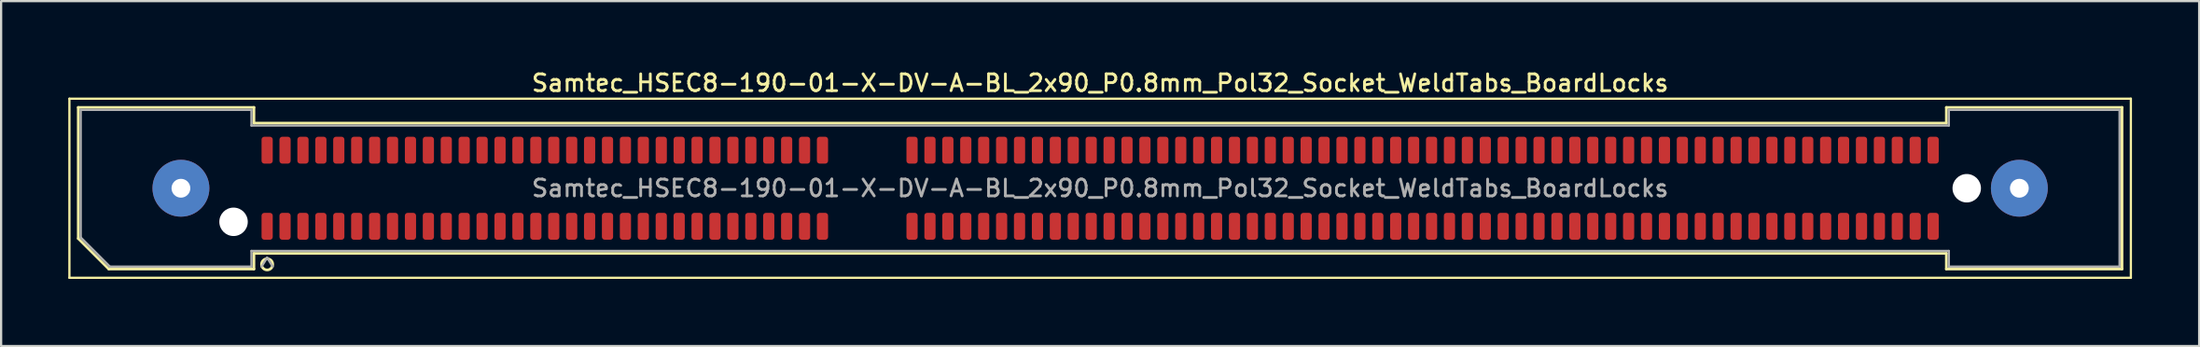
<source format=kicad_pcb>
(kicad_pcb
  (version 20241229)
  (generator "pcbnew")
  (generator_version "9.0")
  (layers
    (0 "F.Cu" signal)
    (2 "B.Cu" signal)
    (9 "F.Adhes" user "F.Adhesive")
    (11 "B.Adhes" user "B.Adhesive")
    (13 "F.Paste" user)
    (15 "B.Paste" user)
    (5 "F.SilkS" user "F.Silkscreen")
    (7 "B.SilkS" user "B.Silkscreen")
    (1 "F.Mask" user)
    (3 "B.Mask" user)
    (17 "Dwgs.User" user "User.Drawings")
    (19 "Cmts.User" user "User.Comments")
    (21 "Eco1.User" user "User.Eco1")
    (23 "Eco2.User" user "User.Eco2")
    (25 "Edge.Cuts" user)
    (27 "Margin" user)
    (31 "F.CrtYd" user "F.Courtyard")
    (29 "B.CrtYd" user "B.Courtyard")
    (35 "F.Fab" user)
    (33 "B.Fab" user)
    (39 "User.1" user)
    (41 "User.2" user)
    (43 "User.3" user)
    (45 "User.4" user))
  (footprint "Samtec_HSEC8-190-01-X-DV-A-BL_2x90_P0.8mm_Pol32_Socket_WeldTabs_BoardLocks"
    (layer "F.Cu")
    (at 46.08 5.358)
    (property "Reference" "Samtec_HSEC8-190-01-X-DV-A-BL_2x90_P0.8mm_Pol32_Socket_WeldTabs_BoardLocks" (at 0 -4.7 0) (layer "F.SilkS") (effects (font (size 0.75 0.75) (thickness 0.125))))
    (attr smd)
    (fp_line (start -46.03 -4) (end -46.03 4) (stroke (width 0.1) (type solid)) (layer "F.SilkS"))
    (fp_line (start -46.03 4) (end 46.03 4) (stroke (width 0.1) (type solid)) (layer "F.SilkS"))
    (fp_line (start -45.635 -3.61) (end -37.79 -3.61) (stroke (width 0.12) (type solid)) (layer "F.SilkS"))
    (fp_line (start -45.635 2.246) (end -45.635 -3.61) (stroke (width 0.12) (type solid)) (layer "F.SilkS"))
    (fp_line (start -44.271 3.61) (end -45.635 2.246) (stroke (width 0.12) (type solid)) (layer "F.SilkS"))
    (fp_line (start -37.79 -3.61) (end -37.79 -2.91) (stroke (width 0.12) (type solid)) (layer "F.SilkS"))
    (fp_line (start -37.79 -2.91) (end 37.79 -2.91) (stroke (width 0.12) (type solid)) (layer "F.SilkS"))
    (fp_line (start -37.79 2.91) (end -37.79 3.61) (stroke (width 0.12) (type solid)) (layer "F.SilkS"))
    (fp_line (start -37.79 3.61) (end -44.271 3.61) (stroke (width 0.12) (type solid)) (layer "F.SilkS"))
    (fp_line (start 37.79 -3.61) (end 45.635 -3.61) (stroke (width 0.12) (type solid)) (layer "F.SilkS"))
    (fp_line (start 37.79 -2.91) (end 37.79 -3.61) (stroke (width 0.12) (type solid)) (layer "F.SilkS"))
    (fp_line (start 37.79 2.91) (end -37.79 2.91) (stroke (width 0.12) (type solid)) (layer "F.SilkS"))
    (fp_line (start 37.79 3.61) (end 37.79 2.91) (stroke (width 0.12) (type solid)) (layer "F.SilkS"))
    (fp_line (start 45.635 -3.61) (end 45.635 3.61) (stroke (width 0.12) (type solid)) (layer "F.SilkS"))
    (fp_line (start 45.635 3.61) (end 37.79 3.61) (stroke (width 0.12) (type solid)) (layer "F.SilkS"))
    (fp_line (start 46.03 -4) (end -46.03 -4) (stroke (width 0.1) (type solid)) (layer "F.SilkS"))
    (fp_line (start 46.03 4) (end 46.03 -4) (stroke (width 0.1) (type solid)) (layer "F.SilkS"))
    (fp_circle (center -37.2 3.4) (end -36.95 3.4) (stroke (width 0.12) (type solid)) (fill no) (layer "F.SilkS"))
    (fp_line (start -45.525 -3.5) (end -37.9 -3.5) (stroke (width 0.1) (type solid)) (layer "F.Fab"))
    (fp_line (start -45.525 2.2) (end -45.525 -3.5) (stroke (width 0.1) (type solid)) (layer "F.Fab"))
    (fp_line (start -44.225 3.5) (end -45.525 2.2) (stroke (width 0.1) (type solid)) (layer "F.Fab"))
    (fp_line (start -37.9 -3.5) (end -37.9 -2.8) (stroke (width 0.1) (type solid)) (layer "F.Fab"))
    (fp_line (start -37.9 -2.8) (end 37.9 -2.8) (stroke (width 0.1) (type solid)) (layer "F.Fab"))
    (fp_line (start -37.9 2.8) (end -37.9 3.5) (stroke (width 0.1) (type solid)) (layer "F.Fab"))
    (fp_line (start -37.9 3.5) (end -44.225 3.5) (stroke (width 0.1) (type solid)) (layer "F.Fab"))
    (fp_line (start -37.2 3.1) (end -37.45 3.5) (stroke (width 0.1) (type solid)) (layer "F.Fab"))
    (fp_line (start -37.2 3.1) (end -36.95 3.5) (stroke (width 0.1) (type solid)) (layer "F.Fab"))
    (fp_line (start 37.9 -3.5) (end 45.525 -3.5) (stroke (width 0.1) (type solid)) (layer "F.Fab"))
    (fp_line (start 37.9 -2.8) (end 37.9 -3.5) (stroke (width 0.1) (type solid)) (layer "F.Fab"))
    (fp_line (start 37.9 2.8) (end -37.9 2.8) (stroke (width 0.1) (type solid)) (layer "F.Fab"))
    (fp_line (start 37.9 3.5) (end 37.9 2.8) (stroke (width 0.1) (type solid)) (layer "F.Fab"))
    (fp_line (start 45.525 -3.5) (end 45.525 3.5) (stroke (width 0.1) (type solid)) (layer "F.Fab"))
    (fp_line (start 45.525 3.5) (end 37.9 3.5) (stroke (width 0.1) (type solid)) (layer "F.Fab"))
    (fp_text user "${REFERENCE}" (at 0 0 0) (layer "F.Fab") (effects (font (size 0.75 0.75) (thickness 0.125))))
    (pad "" thru_hole circle (at -41.05 0) (size 2.54 2.54) (drill 0.84) (layers "*.Cu" "*.Mask" "F.Paste"))
    (pad "" np_thru_hole circle (at -38.7 1.5) (size 1.27 1.27) (drill 1.27) (layers "*.Cu" "*.Mask"))
    (pad "" np_thru_hole circle (at 38.7 0) (size 1.27 1.27) (drill 1.27) (layers "*.Cu" "*.Mask"))
    (pad "" thru_hole circle (at 41.05 0) (size 2.54 2.54) (drill 0.84) (layers "*.Cu" "*.Mask" "F.Paste"))
    (pad "1" smd roundrect (at -37.2 1.7) (size 0.5 1.2) (layers "F.Cu" "F.Mask" "F.Paste") (roundrect_rratio 0.25))
    (pad "2" smd roundrect (at -37.2 -1.7) (size 0.5 1.2) (layers "F.Cu" "F.Mask" "F.Paste") (roundrect_rratio 0.25))
    (pad "3" smd roundrect (at -36.4 1.7) (size 0.5 1.2) (layers "F.Cu" "F.Mask" "F.Paste") (roundrect_rratio 0.25))
    (pad "4" smd roundrect (at -36.4 -1.7) (size 0.5 1.2) (layers "F.Cu" "F.Mask" "F.Paste") (roundrect_rratio 0.25))
    (pad "5" smd roundrect (at -35.6 1.7) (size 0.5 1.2) (layers "F.Cu" "F.Mask" "F.Paste") (roundrect_rratio 0.25))
    (pad "6" smd roundrect (at -35.6 -1.7) (size 0.5 1.2) (layers "F.Cu" "F.Mask" "F.Paste") (roundrect_rratio 0.25))
    (pad "7" smd roundrect (at -34.8 1.7) (size 0.5 1.2) (layers "F.Cu" "F.Mask" "F.Paste") (roundrect_rratio 0.25))
    (pad "8" smd roundrect (at -34.8 -1.7) (size 0.5 1.2) (layers "F.Cu" "F.Mask" "F.Paste") (roundrect_rratio 0.25))
    (pad "9" smd roundrect (at -34 1.7) (size 0.5 1.2) (layers "F.Cu" "F.Mask" "F.Paste") (roundrect_rratio 0.25))
    (pad "10" smd roundrect (at -34 -1.7) (size 0.5 1.2) (layers "F.Cu" "F.Mask" "F.Paste") (roundrect_rratio 0.25))
    (pad "11" smd roundrect (at -33.2 1.7) (size 0.5 1.2) (layers "F.Cu" "F.Mask" "F.Paste") (roundrect_rratio 0.25))
    (pad "12" smd roundrect (at -33.2 -1.7) (size 0.5 1.2) (layers "F.Cu" "F.Mask" "F.Paste") (roundrect_rratio 0.25))
    (pad "13" smd roundrect (at -32.4 1.7) (size 0.5 1.2) (layers "F.Cu" "F.Mask" "F.Paste") (roundrect_rratio 0.25))
    (pad "14" smd roundrect (at -32.4 -1.7) (size 0.5 1.2) (layers "F.Cu" "F.Mask" "F.Paste") (roundrect_rratio 0.25))
    (pad "15" smd roundrect (at -31.6 1.7) (size 0.5 1.2) (layers "F.Cu" "F.Mask" "F.Paste") (roundrect_rratio 0.25))
    (pad "16" smd roundrect (at -31.6 -1.7) (size 0.5 1.2) (layers "F.Cu" "F.Mask" "F.Paste") (roundrect_rratio 0.25))
    (pad "17" smd roundrect (at -30.8 1.7) (size 0.5 1.2) (layers "F.Cu" "F.Mask" "F.Paste") (roundrect_rratio 0.25))
    (pad "18" smd roundrect (at -30.8 -1.7) (size 0.5 1.2) (layers "F.Cu" "F.Mask" "F.Paste") (roundrect_rratio 0.25))
    (pad "19" smd roundrect (at -30 1.7) (size 0.5 1.2) (layers "F.Cu" "F.Mask" "F.Paste") (roundrect_rratio 0.25))
    (pad "20" smd roundrect (at -30 -1.7) (size 0.5 1.2) (layers "F.Cu" "F.Mask" "F.Paste") (roundrect_rratio 0.25))
    (pad "21" smd roundrect (at -29.2 1.7) (size 0.5 1.2) (layers "F.Cu" "F.Mask" "F.Paste") (roundrect_rratio 0.25))
    (pad "22" smd roundrect (at -29.2 -1.7) (size 0.5 1.2) (layers "F.Cu" "F.Mask" "F.Paste") (roundrect_rratio 0.25))
    (pad "23" smd roundrect (at -28.4 1.7) (size 0.5 1.2) (layers "F.Cu" "F.Mask" "F.Paste") (roundrect_rratio 0.25))
    (pad "24" smd roundrect (at -28.4 -1.7) (size 0.5 1.2) (layers "F.Cu" "F.Mask" "F.Paste") (roundrect_rratio 0.25))
    (pad "25" smd roundrect (at -27.6 1.7) (size 0.5 1.2) (layers "F.Cu" "F.Mask" "F.Paste") (roundrect_rratio 0.25))
    (pad "26" smd roundrect (at -27.6 -1.7) (size 0.5 1.2) (layers "F.Cu" "F.Mask" "F.Paste") (roundrect_rratio 0.25))
    (pad "27" smd roundrect (at -26.8 1.7) (size 0.5 1.2) (layers "F.Cu" "F.Mask" "F.Paste") (roundrect_rratio 0.25))
    (pad "28" smd roundrect (at -26.8 -1.7) (size 0.5 1.2) (layers "F.Cu" "F.Mask" "F.Paste") (roundrect_rratio 0.25))
    (pad "29" smd roundrect (at -26 1.7) (size 0.5 1.2) (layers "F.Cu" "F.Mask" "F.Paste") (roundrect_rratio 0.25))
    (pad "30" smd roundrect (at -26 -1.7) (size 0.5 1.2) (layers "F.Cu" "F.Mask" "F.Paste") (roundrect_rratio 0.25))
    (pad "31" smd roundrect (at -25.2 1.7) (size 0.5 1.2) (layers "F.Cu" "F.Mask" "F.Paste") (roundrect_rratio 0.25))
    (pad "32" smd roundrect (at -25.2 -1.7) (size 0.5 1.2) (layers "F.Cu" "F.Mask" "F.Paste") (roundrect_rratio 0.25))
    (pad "33" smd roundrect (at -24.4 1.7) (size 0.5 1.2) (layers "F.Cu" "F.Mask" "F.Paste") (roundrect_rratio 0.25))
    (pad "34" smd roundrect (at -24.4 -1.7) (size 0.5 1.2) (layers "F.Cu" "F.Mask" "F.Paste") (roundrect_rratio 0.25))
    (pad "35" smd roundrect (at -23.6 1.7) (size 0.5 1.2) (layers "F.Cu" "F.Mask" "F.Paste") (roundrect_rratio 0.25))
    (pad "36" smd roundrect (at -23.6 -1.7) (size 0.5 1.2) (layers "F.Cu" "F.Mask" "F.Paste") (roundrect_rratio 0.25))
    (pad "37" smd roundrect (at -22.8 1.7) (size 0.5 1.2) (layers "F.Cu" "F.Mask" "F.Paste") (roundrect_rratio 0.25))
    (pad "38" smd roundrect (at -22.8 -1.7) (size 0.5 1.2) (layers "F.Cu" "F.Mask" "F.Paste") (roundrect_rratio 0.25))
    (pad "39" smd roundrect (at -22 1.7) (size 0.5 1.2) (layers "F.Cu" "F.Mask" "F.Paste") (roundrect_rratio 0.25))
    (pad "40" smd roundrect (at -22 -1.7) (size 0.5 1.2) (layers "F.Cu" "F.Mask" "F.Paste") (roundrect_rratio 0.25))
    (pad "41" smd roundrect (at -21.2 1.7) (size 0.5 1.2) (layers "F.Cu" "F.Mask" "F.Paste") (roundrect_rratio 0.25))
    (pad "42" smd roundrect (at -21.2 -1.7) (size 0.5 1.2) (layers "F.Cu" "F.Mask" "F.Paste") (roundrect_rratio 0.25))
    (pad "43" smd roundrect (at -20.4 1.7) (size 0.5 1.2) (layers "F.Cu" "F.Mask" "F.Paste") (roundrect_rratio 0.25))
    (pad "44" smd roundrect (at -20.4 -1.7) (size 0.5 1.2) (layers "F.Cu" "F.Mask" "F.Paste") (roundrect_rratio 0.25))
    (pad "45" smd roundrect (at -19.6 1.7) (size 0.5 1.2) (layers "F.Cu" "F.Mask" "F.Paste") (roundrect_rratio 0.25))
    (pad "46" smd roundrect (at -19.6 -1.7) (size 0.5 1.2) (layers "F.Cu" "F.Mask" "F.Paste") (roundrect_rratio 0.25))
    (pad "47" smd roundrect (at -18.8 1.7) (size 0.5 1.2) (layers "F.Cu" "F.Mask" "F.Paste") (roundrect_rratio 0.25))
    (pad "48" smd roundrect (at -18.8 -1.7) (size 0.5 1.2) (layers "F.Cu" "F.Mask" "F.Paste") (roundrect_rratio 0.25))
    (pad "49" smd roundrect (at -18 1.7) (size 0.5 1.2) (layers "F.Cu" "F.Mask" "F.Paste") (roundrect_rratio 0.25))
    (pad "50" smd roundrect (at -18 -1.7) (size 0.5 1.2) (layers "F.Cu" "F.Mask" "F.Paste") (roundrect_rratio 0.25))
    (pad "51" smd roundrect (at -17.2 1.7) (size 0.5 1.2) (layers "F.Cu" "F.Mask" "F.Paste") (roundrect_rratio 0.25))
    (pad "52" smd roundrect (at -17.2 -1.7) (size 0.5 1.2) (layers "F.Cu" "F.Mask" "F.Paste") (roundrect_rratio 0.25))
    (pad "53" smd roundrect (at -16.4 1.7) (size 0.5 1.2) (layers "F.Cu" "F.Mask" "F.Paste") (roundrect_rratio 0.25))
    (pad "54" smd roundrect (at -16.4 -1.7) (size 0.5 1.2) (layers "F.Cu" "F.Mask" "F.Paste") (roundrect_rratio 0.25))
    (pad "55" smd roundrect (at -15.6 1.7) (size 0.5 1.2) (layers "F.Cu" "F.Mask" "F.Paste") (roundrect_rratio 0.25))
    (pad "56" smd roundrect (at -15.6 -1.7) (size 0.5 1.2) (layers "F.Cu" "F.Mask" "F.Paste") (roundrect_rratio 0.25))
    (pad "57" smd roundrect (at -14.8 1.7) (size 0.5 1.2) (layers "F.Cu" "F.Mask" "F.Paste") (roundrect_rratio 0.25))
    (pad "58" smd roundrect (at -14.8 -1.7) (size 0.5 1.2) (layers "F.Cu" "F.Mask" "F.Paste") (roundrect_rratio 0.25))
    (pad "59" smd roundrect (at -14 1.7) (size 0.5 1.2) (layers "F.Cu" "F.Mask" "F.Paste") (roundrect_rratio 0.25))
    (pad "60" smd roundrect (at -14 -1.7) (size 0.5 1.2) (layers "F.Cu" "F.Mask" "F.Paste") (roundrect_rratio 0.25))
    (pad "61" smd roundrect (at -13.2 1.7) (size 0.5 1.2) (layers "F.Cu" "F.Mask" "F.Paste") (roundrect_rratio 0.25))
    (pad "62" smd roundrect (at -13.2 -1.7) (size 0.5 1.2) (layers "F.Cu" "F.Mask" "F.Paste") (roundrect_rratio 0.25))
    (pad "63" smd roundrect (at -12.4 1.7) (size 0.5 1.2) (layers "F.Cu" "F.Mask" "F.Paste") (roundrect_rratio 0.25))
    (pad "64" smd roundrect (at -12.4 -1.7) (size 0.5 1.2) (layers "F.Cu" "F.Mask" "F.Paste") (roundrect_rratio 0.25))
    (pad "65" smd roundrect (at -8.4 1.7) (size 0.5 1.2) (layers "F.Cu" "F.Mask" "F.Paste") (roundrect_rratio 0.25))
    (pad "66" smd roundrect (at -8.4 -1.7) (size 0.5 1.2) (layers "F.Cu" "F.Mask" "F.Paste") (roundrect_rratio 0.25))
    (pad "67" smd roundrect (at -7.6 1.7) (size 0.5 1.2) (layers "F.Cu" "F.Mask" "F.Paste") (roundrect_rratio 0.25))
    (pad "68" smd roundrect (at -7.6 -1.7) (size 0.5 1.2) (layers "F.Cu" "F.Mask" "F.Paste") (roundrect_rratio 0.25))
    (pad "69" smd roundrect (at -6.8 1.7) (size 0.5 1.2) (layers "F.Cu" "F.Mask" "F.Paste") (roundrect_rratio 0.25))
    (pad "70" smd roundrect (at -6.8 -1.7) (size 0.5 1.2) (layers "F.Cu" "F.Mask" "F.Paste") (roundrect_rratio 0.25))
    (pad "71" smd roundrect (at -6 1.7) (size 0.5 1.2) (layers "F.Cu" "F.Mask" "F.Paste") (roundrect_rratio 0.25))
    (pad "72" smd roundrect (at -6 -1.7) (size 0.5 1.2) (layers "F.Cu" "F.Mask" "F.Paste") (roundrect_rratio 0.25))
    (pad "73" smd roundrect (at -5.2 1.7) (size 0.5 1.2) (layers "F.Cu" "F.Mask" "F.Paste") (roundrect_rratio 0.25))
    (pad "74" smd roundrect (at -5.2 -1.7) (size 0.5 1.2) (layers "F.Cu" "F.Mask" "F.Paste") (roundrect_rratio 0.25))
    (pad "75" smd roundrect (at -4.4 1.7) (size 0.5 1.2) (layers "F.Cu" "F.Mask" "F.Paste") (roundrect_rratio 0.25))
    (pad "76" smd roundrect (at -4.4 -1.7) (size 0.5 1.2) (layers "F.Cu" "F.Mask" "F.Paste") (roundrect_rratio 0.25))
    (pad "77" smd roundrect (at -3.6 1.7) (size 0.5 1.2) (layers "F.Cu" "F.Mask" "F.Paste") (roundrect_rratio 0.25))
    (pad "78" smd roundrect (at -3.6 -1.7) (size 0.5 1.2) (layers "F.Cu" "F.Mask" "F.Paste") (roundrect_rratio 0.25))
    (pad "79" smd roundrect (at -2.8 1.7) (size 0.5 1.2) (layers "F.Cu" "F.Mask" "F.Paste") (roundrect_rratio 0.25))
    (pad "80" smd roundrect (at -2.8 -1.7) (size 0.5 1.2) (layers "F.Cu" "F.Mask" "F.Paste") (roundrect_rratio 0.25))
    (pad "81" smd roundrect (at -2 1.7) (size 0.5 1.2) (layers "F.Cu" "F.Mask" "F.Paste") (roundrect_rratio 0.25))
    (pad "82" smd roundrect (at -2 -1.7) (size 0.5 1.2) (layers "F.Cu" "F.Mask" "F.Paste") (roundrect_rratio 0.25))
    (pad "83" smd roundrect (at -1.2 1.7) (size 0.5 1.2) (layers "F.Cu" "F.Mask" "F.Paste") (roundrect_rratio 0.25))
    (pad "84" smd roundrect (at -1.2 -1.7) (size 0.5 1.2) (layers "F.Cu" "F.Mask" "F.Paste") (roundrect_rratio 0.25))
    (pad "85" smd roundrect (at -0.4 1.7) (size 0.5 1.2) (layers "F.Cu" "F.Mask" "F.Paste") (roundrect_rratio 0.25))
    (pad "86" smd roundrect (at -0.4 -1.7) (size 0.5 1.2) (layers "F.Cu" "F.Mask" "F.Paste") (roundrect_rratio 0.25))
    (pad "87" smd roundrect (at 0.4 1.7) (size 0.5 1.2) (layers "F.Cu" "F.Mask" "F.Paste") (roundrect_rratio 0.25))
    (pad "88" smd roundrect (at 0.4 -1.7) (size 0.5 1.2) (layers "F.Cu" "F.Mask" "F.Paste") (roundrect_rratio 0.25))
    (pad "89" smd roundrect (at 1.2 1.7) (size 0.5 1.2) (layers "F.Cu" "F.Mask" "F.Paste") (roundrect_rratio 0.25))
    (pad "90" smd roundrect (at 1.2 -1.7) (size 0.5 1.2) (layers "F.Cu" "F.Mask" "F.Paste") (roundrect_rratio 0.25))
    (pad "91" smd roundrect (at 2 1.7) (size 0.5 1.2) (layers "F.Cu" "F.Mask" "F.Paste") (roundrect_rratio 0.25))
    (pad "92" smd roundrect (at 2 -1.7) (size 0.5 1.2) (layers "F.Cu" "F.Mask" "F.Paste") (roundrect_rratio 0.25))
    (pad "93" smd roundrect (at 2.8 1.7) (size 0.5 1.2) (layers "F.Cu" "F.Mask" "F.Paste") (roundrect_rratio 0.25))
    (pad "94" smd roundrect (at 2.8 -1.7) (size 0.5 1.2) (layers "F.Cu" "F.Mask" "F.Paste") (roundrect_rratio 0.25))
    (pad "95" smd roundrect (at 3.6 1.7) (size 0.5 1.2) (layers "F.Cu" "F.Mask" "F.Paste") (roundrect_rratio 0.25))
    (pad "96" smd roundrect (at 3.6 -1.7) (size 0.5 1.2) (layers "F.Cu" "F.Mask" "F.Paste") (roundrect_rratio 0.25))
    (pad "97" smd roundrect (at 4.4 1.7) (size 0.5 1.2) (layers "F.Cu" "F.Mask" "F.Paste") (roundrect_rratio 0.25))
    (pad "98" smd roundrect (at 4.4 -1.7) (size 0.5 1.2) (layers "F.Cu" "F.Mask" "F.Paste") (roundrect_rratio 0.25))
    (pad "99" smd roundrect (at 5.2 1.7) (size 0.5 1.2) (layers "F.Cu" "F.Mask" "F.Paste") (roundrect_rratio 0.25))
    (pad "100" smd roundrect (at 5.2 -1.7) (size 0.5 1.2) (layers "F.Cu" "F.Mask" "F.Paste") (roundrect_rratio 0.25))
    (pad "101" smd roundrect (at 6 1.7) (size 0.5 1.2) (layers "F.Cu" "F.Mask" "F.Paste") (roundrect_rratio 0.25))
    (pad "102" smd roundrect (at 6 -1.7) (size 0.5 1.2) (layers "F.Cu" "F.Mask" "F.Paste") (roundrect_rratio 0.25))
    (pad "103" smd roundrect (at 6.8 1.7) (size 0.5 1.2) (layers "F.Cu" "F.Mask" "F.Paste") (roundrect_rratio 0.25))
    (pad "104" smd roundrect (at 6.8 -1.7) (size 0.5 1.2) (layers "F.Cu" "F.Mask" "F.Paste") (roundrect_rratio 0.25))
    (pad "105" smd roundrect (at 7.6 1.7) (size 0.5 1.2) (layers "F.Cu" "F.Mask" "F.Paste") (roundrect_rratio 0.25))
    (pad "106" smd roundrect (at 7.6 -1.7) (size 0.5 1.2) (layers "F.Cu" "F.Mask" "F.Paste") (roundrect_rratio 0.25))
    (pad "107" smd roundrect (at 8.4 1.7) (size 0.5 1.2) (layers "F.Cu" "F.Mask" "F.Paste") (roundrect_rratio 0.25))
    (pad "108" smd roundrect (at 8.4 -1.7) (size 0.5 1.2) (layers "F.Cu" "F.Mask" "F.Paste") (roundrect_rratio 0.25))
    (pad "109" smd roundrect (at 9.2 1.7) (size 0.5 1.2) (layers "F.Cu" "F.Mask" "F.Paste") (roundrect_rratio 0.25))
    (pad "110" smd roundrect (at 9.2 -1.7) (size 0.5 1.2) (layers "F.Cu" "F.Mask" "F.Paste") (roundrect_rratio 0.25))
    (pad "111" smd roundrect (at 10 1.7) (size 0.5 1.2) (layers "F.Cu" "F.Mask" "F.Paste") (roundrect_rratio 0.25))
    (pad "112" smd roundrect (at 10 -1.7) (size 0.5 1.2) (layers "F.Cu" "F.Mask" "F.Paste") (roundrect_rratio 0.25))
    (pad "113" smd roundrect (at 10.8 1.7) (size 0.5 1.2) (layers "F.Cu" "F.Mask" "F.Paste") (roundrect_rratio 0.25))
    (pad "114" smd roundrect (at 10.8 -1.7) (size 0.5 1.2) (layers "F.Cu" "F.Mask" "F.Paste") (roundrect_rratio 0.25))
    (pad "115" smd roundrect (at 11.6 1.7) (size 0.5 1.2) (layers "F.Cu" "F.Mask" "F.Paste") (roundrect_rratio 0.25))
    (pad "116" smd roundrect (at 11.6 -1.7) (size 0.5 1.2) (layers "F.Cu" "F.Mask" "F.Paste") (roundrect_rratio 0.25))
    (pad "117" smd roundrect (at 12.4 1.7) (size 0.5 1.2) (layers "F.Cu" "F.Mask" "F.Paste") (roundrect_rratio 0.25))
    (pad "118" smd roundrect (at 12.4 -1.7) (size 0.5 1.2) (layers "F.Cu" "F.Mask" "F.Paste") (roundrect_rratio 0.25))
    (pad "119" smd roundrect (at 13.2 1.7) (size 0.5 1.2) (layers "F.Cu" "F.Mask" "F.Paste") (roundrect_rratio 0.25))
    (pad "120" smd roundrect (at 13.2 -1.7) (size 0.5 1.2) (layers "F.Cu" "F.Mask" "F.Paste") (roundrect_rratio 0.25))
    (pad "121" smd roundrect (at 14 1.7) (size 0.5 1.2) (layers "F.Cu" "F.Mask" "F.Paste") (roundrect_rratio 0.25))
    (pad "122" smd roundrect (at 14 -1.7) (size 0.5 1.2) (layers "F.Cu" "F.Mask" "F.Paste") (roundrect_rratio 0.25))
    (pad "123" smd roundrect (at 14.8 1.7) (size 0.5 1.2) (layers "F.Cu" "F.Mask" "F.Paste") (roundrect_rratio 0.25))
    (pad "124" smd roundrect (at 14.8 -1.7) (size 0.5 1.2) (layers "F.Cu" "F.Mask" "F.Paste") (roundrect_rratio 0.25))
    (pad "125" smd roundrect (at 15.6 1.7) (size 0.5 1.2) (layers "F.Cu" "F.Mask" "F.Paste") (roundrect_rratio 0.25))
    (pad "126" smd roundrect (at 15.6 -1.7) (size 0.5 1.2) (layers "F.Cu" "F.Mask" "F.Paste") (roundrect_rratio 0.25))
    (pad "127" smd roundrect (at 16.4 1.7) (size 0.5 1.2) (layers "F.Cu" "F.Mask" "F.Paste") (roundrect_rratio 0.25))
    (pad "128" smd roundrect (at 16.4 -1.7) (size 0.5 1.2) (layers "F.Cu" "F.Mask" "F.Paste") (roundrect_rratio 0.25))
    (pad "129" smd roundrect (at 17.2 1.7) (size 0.5 1.2) (layers "F.Cu" "F.Mask" "F.Paste") (roundrect_rratio 0.25))
    (pad "130" smd roundrect (at 17.2 -1.7) (size 0.5 1.2) (layers "F.Cu" "F.Mask" "F.Paste") (roundrect_rratio 0.25))
    (pad "131" smd roundrect (at 18 1.7) (size 0.5 1.2) (layers "F.Cu" "F.Mask" "F.Paste") (roundrect_rratio 0.25))
    (pad "132" smd roundrect (at 18 -1.7) (size 0.5 1.2) (layers "F.Cu" "F.Mask" "F.Paste") (roundrect_rratio 0.25))
    (pad "133" smd roundrect (at 18.8 1.7) (size 0.5 1.2) (layers "F.Cu" "F.Mask" "F.Paste") (roundrect_rratio 0.25))
    (pad "134" smd roundrect (at 18.8 -1.7) (size 0.5 1.2) (layers "F.Cu" "F.Mask" "F.Paste") (roundrect_rratio 0.25))
    (pad "135" smd roundrect (at 19.6 1.7) (size 0.5 1.2) (layers "F.Cu" "F.Mask" "F.Paste") (roundrect_rratio 0.25))
    (pad "136" smd roundrect (at 19.6 -1.7) (size 0.5 1.2) (layers "F.Cu" "F.Mask" "F.Paste") (roundrect_rratio 0.25))
    (pad "137" smd roundrect (at 20.4 1.7) (size 0.5 1.2) (layers "F.Cu" "F.Mask" "F.Paste") (roundrect_rratio 0.25))
    (pad "138" smd roundrect (at 20.4 -1.7) (size 0.5 1.2) (layers "F.Cu" "F.Mask" "F.Paste") (roundrect_rratio 0.25))
    (pad "139" smd roundrect (at 21.2 1.7) (size 0.5 1.2) (layers "F.Cu" "F.Mask" "F.Paste") (roundrect_rratio 0.25))
    (pad "140" smd roundrect (at 21.2 -1.7) (size 0.5 1.2) (layers "F.Cu" "F.Mask" "F.Paste") (roundrect_rratio 0.25))
    (pad "141" smd roundrect (at 22 1.7) (size 0.5 1.2) (layers "F.Cu" "F.Mask" "F.Paste") (roundrect_rratio 0.25))
    (pad "142" smd roundrect (at 22 -1.7) (size 0.5 1.2) (layers "F.Cu" "F.Mask" "F.Paste") (roundrect_rratio 0.25))
    (pad "143" smd roundrect (at 22.8 1.7) (size 0.5 1.2) (layers "F.Cu" "F.Mask" "F.Paste") (roundrect_rratio 0.25))
    (pad "144" smd roundrect (at 22.8 -1.7) (size 0.5 1.2) (layers "F.Cu" "F.Mask" "F.Paste") (roundrect_rratio 0.25))
    (pad "145" smd roundrect (at 23.6 1.7) (size 0.5 1.2) (layers "F.Cu" "F.Mask" "F.Paste") (roundrect_rratio 0.25))
    (pad "146" smd roundrect (at 23.6 -1.7) (size 0.5 1.2) (layers "F.Cu" "F.Mask" "F.Paste") (roundrect_rratio 0.25))
    (pad "147" smd roundrect (at 24.4 1.7) (size 0.5 1.2) (layers "F.Cu" "F.Mask" "F.Paste") (roundrect_rratio 0.25))
    (pad "148" smd roundrect (at 24.4 -1.7) (size 0.5 1.2) (layers "F.Cu" "F.Mask" "F.Paste") (roundrect_rratio 0.25))
    (pad "149" smd roundrect (at 25.2 1.7) (size 0.5 1.2) (layers "F.Cu" "F.Mask" "F.Paste") (roundrect_rratio 0.25))
    (pad "150" smd roundrect (at 25.2 -1.7) (size 0.5 1.2) (layers "F.Cu" "F.Mask" "F.Paste") (roundrect_rratio 0.25))
    (pad "151" smd roundrect (at 26 1.7) (size 0.5 1.2) (layers "F.Cu" "F.Mask" "F.Paste") (roundrect_rratio 0.25))
    (pad "152" smd roundrect (at 26 -1.7) (size 0.5 1.2) (layers "F.Cu" "F.Mask" "F.Paste") (roundrect_rratio 0.25))
    (pad "153" smd roundrect (at 26.8 1.7) (size 0.5 1.2) (layers "F.Cu" "F.Mask" "F.Paste") (roundrect_rratio 0.25))
    (pad "154" smd roundrect (at 26.8 -1.7) (size 0.5 1.2) (layers "F.Cu" "F.Mask" "F.Paste") (roundrect_rratio 0.25))
    (pad "155" smd roundrect (at 27.6 1.7) (size 0.5 1.2) (layers "F.Cu" "F.Mask" "F.Paste") (roundrect_rratio 0.25))
    (pad "156" smd roundrect (at 27.6 -1.7) (size 0.5 1.2) (layers "F.Cu" "F.Mask" "F.Paste") (roundrect_rratio 0.25))
    (pad "157" smd roundrect (at 28.4 1.7) (size 0.5 1.2) (layers "F.Cu" "F.Mask" "F.Paste") (roundrect_rratio 0.25))
    (pad "158" smd roundrect (at 28.4 -1.7) (size 0.5 1.2) (layers "F.Cu" "F.Mask" "F.Paste") (roundrect_rratio 0.25))
    (pad "159" smd roundrect (at 29.2 1.7) (size 0.5 1.2) (layers "F.Cu" "F.Mask" "F.Paste") (roundrect_rratio 0.25))
    (pad "160" smd roundrect (at 29.2 -1.7) (size 0.5 1.2) (layers "F.Cu" "F.Mask" "F.Paste") (roundrect_rratio 0.25))
    (pad "161" smd roundrect (at 30 1.7) (size 0.5 1.2) (layers "F.Cu" "F.Mask" "F.Paste") (roundrect_rratio 0.25))
    (pad "162" smd roundrect (at 30 -1.7) (size 0.5 1.2) (layers "F.Cu" "F.Mask" "F.Paste") (roundrect_rratio 0.25))
    (pad "163" smd roundrect (at 30.8 1.7) (size 0.5 1.2) (layers "F.Cu" "F.Mask" "F.Paste") (roundrect_rratio 0.25))
    (pad "164" smd roundrect (at 30.8 -1.7) (size 0.5 1.2) (layers "F.Cu" "F.Mask" "F.Paste") (roundrect_rratio 0.25))
    (pad "165" smd roundrect (at 31.6 1.7) (size 0.5 1.2) (layers "F.Cu" "F.Mask" "F.Paste") (roundrect_rratio 0.25))
    (pad "166" smd roundrect (at 31.6 -1.7) (size 0.5 1.2) (layers "F.Cu" "F.Mask" "F.Paste") (roundrect_rratio 0.25))
    (pad "167" smd roundrect (at 32.4 1.7) (size 0.5 1.2) (layers "F.Cu" "F.Mask" "F.Paste") (roundrect_rratio 0.25))
    (pad "168" smd roundrect (at 32.4 -1.7) (size 0.5 1.2) (layers "F.Cu" "F.Mask" "F.Paste") (roundrect_rratio 0.25))
    (pad "169" smd roundrect (at 33.2 1.7) (size 0.5 1.2) (layers "F.Cu" "F.Mask" "F.Paste") (roundrect_rratio 0.25))
    (pad "170" smd roundrect (at 33.2 -1.7) (size 0.5 1.2) (layers "F.Cu" "F.Mask" "F.Paste") (roundrect_rratio 0.25))
    (pad "171" smd roundrect (at 34 1.7) (size 0.5 1.2) (layers "F.Cu" "F.Mask" "F.Paste") (roundrect_rratio 0.25))
    (pad "172" smd roundrect (at 34 -1.7) (size 0.5 1.2) (layers "F.Cu" "F.Mask" "F.Paste") (roundrect_rratio 0.25))
    (pad "173" smd roundrect (at 34.8 1.7) (size 0.5 1.2) (layers "F.Cu" "F.Mask" "F.Paste") (roundrect_rratio 0.25))
    (pad "174" smd roundrect (at 34.8 -1.7) (size 0.5 1.2) (layers "F.Cu" "F.Mask" "F.Paste") (roundrect_rratio 0.25))
    (pad "175" smd roundrect (at 35.6 1.7) (size 0.5 1.2) (layers "F.Cu" "F.Mask" "F.Paste") (roundrect_rratio 0.25))
    (pad "176" smd roundrect (at 35.6 -1.7) (size 0.5 1.2) (layers "F.Cu" "F.Mask" "F.Paste") (roundrect_rratio 0.25))
    (pad "177" smd roundrect (at 36.4 1.7) (size 0.5 1.2) (layers "F.Cu" "F.Mask" "F.Paste") (roundrect_rratio 0.25))
    (pad "178" smd roundrect (at 36.4 -1.7) (size 0.5 1.2) (layers "F.Cu" "F.Mask" "F.Paste") (roundrect_rratio 0.25))
    (pad "179" smd roundrect (at 37.2 1.7) (size 0.5 1.2) (layers "F.Cu" "F.Mask" "F.Paste") (roundrect_rratio 0.25))
    (pad "180" smd roundrect (at 37.2 -1.7) (size 0.5 1.2) (layers "F.Cu" "F.Mask" "F.Paste") (roundrect_rratio 0.25)))
  (gr_rect
    (start -3 -3)
    (end 95.16 12.408)
    (stroke (width 0.1) (type default))
    (fill no)
    (layer "Edge.Cuts")))
</source>
